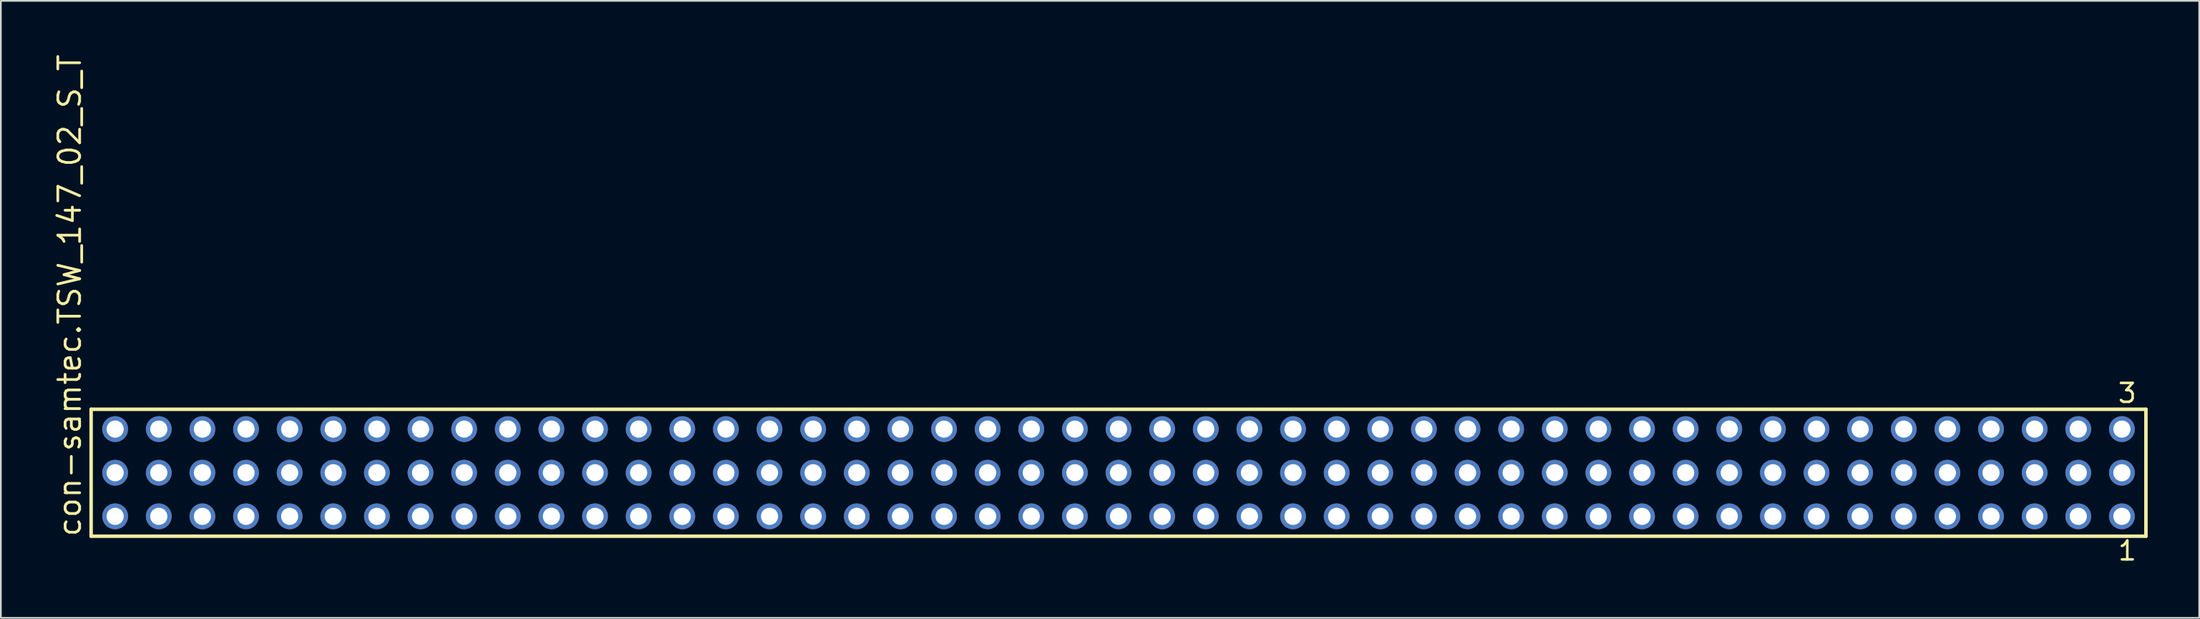
<source format=kicad_pcb>
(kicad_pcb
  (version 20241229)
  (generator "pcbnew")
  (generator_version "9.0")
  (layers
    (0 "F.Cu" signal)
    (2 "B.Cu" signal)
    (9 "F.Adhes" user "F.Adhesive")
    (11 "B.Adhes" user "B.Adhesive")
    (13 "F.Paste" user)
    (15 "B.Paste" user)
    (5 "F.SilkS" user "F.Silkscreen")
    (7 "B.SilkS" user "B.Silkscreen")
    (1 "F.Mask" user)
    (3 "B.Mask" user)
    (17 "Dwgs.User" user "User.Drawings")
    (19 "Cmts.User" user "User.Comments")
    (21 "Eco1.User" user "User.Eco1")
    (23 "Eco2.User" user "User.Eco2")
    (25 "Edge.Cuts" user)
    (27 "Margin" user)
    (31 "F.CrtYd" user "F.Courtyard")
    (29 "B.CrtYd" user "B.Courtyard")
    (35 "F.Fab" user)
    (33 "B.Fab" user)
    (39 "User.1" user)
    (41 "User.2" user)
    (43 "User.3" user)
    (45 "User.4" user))
  (footprint "con-samtec.TSW_147_02_S_T"
    (layer "F.Cu")
    (at 62.075 24.477)
    (property "Reference" "con-samtec.TSW_147_02_S_T" (at -60.325 3.81 90) (layer "F.SilkS") (effects (font (size 1.27 1.27) (thickness 0.16)) (justify left bottom)))
    (attr through_hole)
    (fp_line (start -59.819 -3.695) (end 59.819 -3.695) (stroke (width 0.203) (type default)) (layer "F.SilkS"))
    (fp_line (start -59.819 3.695) (end -59.819 -3.695) (stroke (width 0.203) (type default)) (layer "F.SilkS"))
    (fp_line (start 59.819 -3.695) (end 59.819 3.695) (stroke (width 0.203) (type default)) (layer "F.SilkS"))
    (fp_line (start 59.819 3.695) (end -59.819 3.695) (stroke (width 0.203) (type default)) (layer "F.SilkS"))
    (fp_rect (start -58.77 -2.19) (end -58.07 -2.89) (stroke (width 0.05) (type default)) (fill no) (layer "F.Fab"))
    (fp_rect (start -58.77 0.35) (end -58.07 -0.35) (stroke (width 0.05) (type default)) (fill no) (layer "F.Fab"))
    (fp_rect (start -58.77 2.89) (end -58.07 2.19) (stroke (width 0.05) (type default)) (fill no) (layer "F.Fab"))
    (fp_rect (start -56.23 -2.19) (end -55.53 -2.89) (stroke (width 0.05) (type default)) (fill no) (layer "F.Fab"))
    (fp_rect (start -56.23 0.35) (end -55.53 -0.35) (stroke (width 0.05) (type default)) (fill no) (layer "F.Fab"))
    (fp_rect (start -56.23 2.89) (end -55.53 2.19) (stroke (width 0.05) (type default)) (fill no) (layer "F.Fab"))
    (fp_rect (start -53.69 -2.19) (end -52.99 -2.89) (stroke (width 0.05) (type default)) (fill no) (layer "F.Fab"))
    (fp_rect (start -53.69 0.35) (end -52.99 -0.35) (stroke (width 0.05) (type default)) (fill no) (layer "F.Fab"))
    (fp_rect (start -53.69 2.89) (end -52.99 2.19) (stroke (width 0.05) (type default)) (fill no) (layer "F.Fab"))
    (fp_rect (start -51.15 -2.19) (end -50.45 -2.89) (stroke (width 0.05) (type default)) (fill no) (layer "F.Fab"))
    (fp_rect (start -51.15 0.35) (end -50.45 -0.35) (stroke (width 0.05) (type default)) (fill no) (layer "F.Fab"))
    (fp_rect (start -51.15 2.89) (end -50.45 2.19) (stroke (width 0.05) (type default)) (fill no) (layer "F.Fab"))
    (fp_rect (start -48.61 -2.19) (end -47.91 -2.89) (stroke (width 0.05) (type default)) (fill no) (layer "F.Fab"))
    (fp_rect (start -48.61 0.35) (end -47.91 -0.35) (stroke (width 0.05) (type default)) (fill no) (layer "F.Fab"))
    (fp_rect (start -48.61 2.89) (end -47.91 2.19) (stroke (width 0.05) (type default)) (fill no) (layer "F.Fab"))
    (fp_rect (start -46.07 -2.19) (end -45.37 -2.89) (stroke (width 0.05) (type default)) (fill no) (layer "F.Fab"))
    (fp_rect (start -46.07 0.35) (end -45.37 -0.35) (stroke (width 0.05) (type default)) (fill no) (layer "F.Fab"))
    (fp_rect (start -46.07 2.89) (end -45.37 2.19) (stroke (width 0.05) (type default)) (fill no) (layer "F.Fab"))
    (fp_rect (start -43.53 -2.19) (end -42.83 -2.89) (stroke (width 0.05) (type default)) (fill no) (layer "F.Fab"))
    (fp_rect (start -43.53 0.35) (end -42.83 -0.35) (stroke (width 0.05) (type default)) (fill no) (layer "F.Fab"))
    (fp_rect (start -43.53 2.89) (end -42.83 2.19) (stroke (width 0.05) (type default)) (fill no) (layer "F.Fab"))
    (fp_rect (start -40.99 -2.19) (end -40.29 -2.89) (stroke (width 0.05) (type default)) (fill no) (layer "F.Fab"))
    (fp_rect (start -40.99 0.35) (end -40.29 -0.35) (stroke (width 0.05) (type default)) (fill no) (layer "F.Fab"))
    (fp_rect (start -40.99 2.89) (end -40.29 2.19) (stroke (width 0.05) (type default)) (fill no) (layer "F.Fab"))
    (fp_rect (start -38.45 -2.19) (end -37.75 -2.89) (stroke (width 0.05) (type default)) (fill no) (layer "F.Fab"))
    (fp_rect (start -38.45 0.35) (end -37.75 -0.35) (stroke (width 0.05) (type default)) (fill no) (layer "F.Fab"))
    (fp_rect (start -38.45 2.89) (end -37.75 2.19) (stroke (width 0.05) (type default)) (fill no) (layer "F.Fab"))
    (fp_rect (start -35.91 -2.19) (end -35.21 -2.89) (stroke (width 0.05) (type default)) (fill no) (layer "F.Fab"))
    (fp_rect (start -35.91 0.35) (end -35.21 -0.35) (stroke (width 0.05) (type default)) (fill no) (layer "F.Fab"))
    (fp_rect (start -35.91 2.89) (end -35.21 2.19) (stroke (width 0.05) (type default)) (fill no) (layer "F.Fab"))
    (fp_rect (start -33.37 -2.19) (end -32.67 -2.89) (stroke (width 0.05) (type default)) (fill no) (layer "F.Fab"))
    (fp_rect (start -33.37 0.35) (end -32.67 -0.35) (stroke (width 0.05) (type default)) (fill no) (layer "F.Fab"))
    (fp_rect (start -33.37 2.89) (end -32.67 2.19) (stroke (width 0.05) (type default)) (fill no) (layer "F.Fab"))
    (fp_rect (start -30.83 -2.19) (end -30.13 -2.89) (stroke (width 0.05) (type default)) (fill no) (layer "F.Fab"))
    (fp_rect (start -30.83 0.35) (end -30.13 -0.35) (stroke (width 0.05) (type default)) (fill no) (layer "F.Fab"))
    (fp_rect (start -30.83 2.89) (end -30.13 2.19) (stroke (width 0.05) (type default)) (fill no) (layer "F.Fab"))
    (fp_rect (start -28.29 -2.19) (end -27.59 -2.89) (stroke (width 0.05) (type default)) (fill no) (layer "F.Fab"))
    (fp_rect (start -28.29 0.35) (end -27.59 -0.35) (stroke (width 0.05) (type default)) (fill no) (layer "F.Fab"))
    (fp_rect (start -28.29 2.89) (end -27.59 2.19) (stroke (width 0.05) (type default)) (fill no) (layer "F.Fab"))
    (fp_rect (start -25.75 -2.19) (end -25.05 -2.89) (stroke (width 0.05) (type default)) (fill no) (layer "F.Fab"))
    (fp_rect (start -25.75 0.35) (end -25.05 -0.35) (stroke (width 0.05) (type default)) (fill no) (layer "F.Fab"))
    (fp_rect (start -25.75 2.89) (end -25.05 2.19) (stroke (width 0.05) (type default)) (fill no) (layer "F.Fab"))
    (fp_rect (start -23.21 -2.19) (end -22.51 -2.89) (stroke (width 0.05) (type default)) (fill no) (layer "F.Fab"))
    (fp_rect (start -23.21 0.35) (end -22.51 -0.35) (stroke (width 0.05) (type default)) (fill no) (layer "F.Fab"))
    (fp_rect (start -23.21 2.89) (end -22.51 2.19) (stroke (width 0.05) (type default)) (fill no) (layer "F.Fab"))
    (fp_rect (start -20.67 -2.19) (end -19.97 -2.89) (stroke (width 0.05) (type default)) (fill no) (layer "F.Fab"))
    (fp_rect (start -20.67 0.35) (end -19.97 -0.35) (stroke (width 0.05) (type default)) (fill no) (layer "F.Fab"))
    (fp_rect (start -20.67 2.89) (end -19.97 2.19) (stroke (width 0.05) (type default)) (fill no) (layer "F.Fab"))
    (fp_rect (start -18.13 -2.19) (end -17.43 -2.89) (stroke (width 0.05) (type default)) (fill no) (layer "F.Fab"))
    (fp_rect (start -18.13 0.35) (end -17.43 -0.35) (stroke (width 0.05) (type default)) (fill no) (layer "F.Fab"))
    (fp_rect (start -18.13 2.89) (end -17.43 2.19) (stroke (width 0.05) (type default)) (fill no) (layer "F.Fab"))
    (fp_rect (start -15.59 -2.19) (end -14.89 -2.89) (stroke (width 0.05) (type default)) (fill no) (layer "F.Fab"))
    (fp_rect (start -15.59 0.35) (end -14.89 -0.35) (stroke (width 0.05) (type default)) (fill no) (layer "F.Fab"))
    (fp_rect (start -15.59 2.89) (end -14.89 2.19) (stroke (width 0.05) (type default)) (fill no) (layer "F.Fab"))
    (fp_rect (start -13.05 -2.19) (end -12.35 -2.89) (stroke (width 0.05) (type default)) (fill no) (layer "F.Fab"))
    (fp_rect (start -13.05 0.35) (end -12.35 -0.35) (stroke (width 0.05) (type default)) (fill no) (layer "F.Fab"))
    (fp_rect (start -13.05 2.89) (end -12.35 2.19) (stroke (width 0.05) (type default)) (fill no) (layer "F.Fab"))
    (fp_rect (start -10.51 -2.19) (end -9.81 -2.89) (stroke (width 0.05) (type default)) (fill no) (layer "F.Fab"))
    (fp_rect (start -10.51 0.35) (end -9.81 -0.35) (stroke (width 0.05) (type default)) (fill no) (layer "F.Fab"))
    (fp_rect (start -10.51 2.89) (end -9.81 2.19) (stroke (width 0.05) (type default)) (fill no) (layer "F.Fab"))
    (fp_rect (start -7.97 -2.19) (end -7.27 -2.89) (stroke (width 0.05) (type default)) (fill no) (layer "F.Fab"))
    (fp_rect (start -7.97 0.35) (end -7.27 -0.35) (stroke (width 0.05) (type default)) (fill no) (layer "F.Fab"))
    (fp_rect (start -7.97 2.89) (end -7.27 2.19) (stroke (width 0.05) (type default)) (fill no) (layer "F.Fab"))
    (fp_rect (start -5.43 -2.19) (end -4.73 -2.89) (stroke (width 0.05) (type default)) (fill no) (layer "F.Fab"))
    (fp_rect (start -5.43 0.35) (end -4.73 -0.35) (stroke (width 0.05) (type default)) (fill no) (layer "F.Fab"))
    (fp_rect (start -5.43 2.89) (end -4.73 2.19) (stroke (width 0.05) (type default)) (fill no) (layer "F.Fab"))
    (fp_rect (start -2.89 -2.19) (end -2.19 -2.89) (stroke (width 0.05) (type default)) (fill no) (layer "F.Fab"))
    (fp_rect (start -2.89 0.35) (end -2.19 -0.35) (stroke (width 0.05) (type default)) (fill no) (layer "F.Fab"))
    (fp_rect (start -2.89 2.89) (end -2.19 2.19) (stroke (width 0.05) (type default)) (fill no) (layer "F.Fab"))
    (fp_rect (start -0.35 -2.19) (end 0.35 -2.89) (stroke (width 0.05) (type default)) (fill no) (layer "F.Fab"))
    (fp_rect (start -0.35 0.35) (end 0.35 -0.35) (stroke (width 0.05) (type default)) (fill no) (layer "F.Fab"))
    (fp_rect (start -0.35 2.89) (end 0.35 2.19) (stroke (width 0.05) (type default)) (fill no) (layer "F.Fab"))
    (fp_rect (start 2.19 -2.19) (end 2.89 -2.89) (stroke (width 0.05) (type default)) (fill no) (layer "F.Fab"))
    (fp_rect (start 2.19 0.35) (end 2.89 -0.35) (stroke (width 0.05) (type default)) (fill no) (layer "F.Fab"))
    (fp_rect (start 2.19 2.89) (end 2.89 2.19) (stroke (width 0.05) (type default)) (fill no) (layer "F.Fab"))
    (fp_rect (start 4.73 -2.19) (end 5.43 -2.89) (stroke (width 0.05) (type default)) (fill no) (layer "F.Fab"))
    (fp_rect (start 4.73 0.35) (end 5.43 -0.35) (stroke (width 0.05) (type default)) (fill no) (layer "F.Fab"))
    (fp_rect (start 4.73 2.89) (end 5.43 2.19) (stroke (width 0.05) (type default)) (fill no) (layer "F.Fab"))
    (fp_rect (start 7.27 -2.19) (end 7.97 -2.89) (stroke (width 0.05) (type default)) (fill no) (layer "F.Fab"))
    (fp_rect (start 7.27 0.35) (end 7.97 -0.35) (stroke (width 0.05) (type default)) (fill no) (layer "F.Fab"))
    (fp_rect (start 7.27 2.89) (end 7.97 2.19) (stroke (width 0.05) (type default)) (fill no) (layer "F.Fab"))
    (fp_rect (start 9.81 -2.19) (end 10.51 -2.89) (stroke (width 0.05) (type default)) (fill no) (layer "F.Fab"))
    (fp_rect (start 9.81 0.35) (end 10.51 -0.35) (stroke (width 0.05) (type default)) (fill no) (layer "F.Fab"))
    (fp_rect (start 9.81 2.89) (end 10.51 2.19) (stroke (width 0.05) (type default)) (fill no) (layer "F.Fab"))
    (fp_rect (start 12.35 -2.19) (end 13.05 -2.89) (stroke (width 0.05) (type default)) (fill no) (layer "F.Fab"))
    (fp_rect (start 12.35 0.35) (end 13.05 -0.35) (stroke (width 0.05) (type default)) (fill no) (layer "F.Fab"))
    (fp_rect (start 12.35 2.89) (end 13.05 2.19) (stroke (width 0.05) (type default)) (fill no) (layer "F.Fab"))
    (fp_rect (start 14.89 -2.19) (end 15.59 -2.89) (stroke (width 0.05) (type default)) (fill no) (layer "F.Fab"))
    (fp_rect (start 14.89 0.35) (end 15.59 -0.35) (stroke (width 0.05) (type default)) (fill no) (layer "F.Fab"))
    (fp_rect (start 14.89 2.89) (end 15.59 2.19) (stroke (width 0.05) (type default)) (fill no) (layer "F.Fab"))
    (fp_rect (start 17.43 -2.19) (end 18.13 -2.89) (stroke (width 0.05) (type default)) (fill no) (layer "F.Fab"))
    (fp_rect (start 17.43 0.35) (end 18.13 -0.35) (stroke (width 0.05) (type default)) (fill no) (layer "F.Fab"))
    (fp_rect (start 17.43 2.89) (end 18.13 2.19) (stroke (width 0.05) (type default)) (fill no) (layer "F.Fab"))
    (fp_rect (start 19.97 -2.19) (end 20.67 -2.89) (stroke (width 0.05) (type default)) (fill no) (layer "F.Fab"))
    (fp_rect (start 19.97 0.35) (end 20.67 -0.35) (stroke (width 0.05) (type default)) (fill no) (layer "F.Fab"))
    (fp_rect (start 19.97 2.89) (end 20.67 2.19) (stroke (width 0.05) (type default)) (fill no) (layer "F.Fab"))
    (fp_rect (start 22.51 -2.19) (end 23.21 -2.89) (stroke (width 0.05) (type default)) (fill no) (layer "F.Fab"))
    (fp_rect (start 22.51 0.35) (end 23.21 -0.35) (stroke (width 0.05) (type default)) (fill no) (layer "F.Fab"))
    (fp_rect (start 22.51 2.89) (end 23.21 2.19) (stroke (width 0.05) (type default)) (fill no) (layer "F.Fab"))
    (fp_rect (start 25.05 -2.19) (end 25.75 -2.89) (stroke (width 0.05) (type default)) (fill no) (layer "F.Fab"))
    (fp_rect (start 25.05 0.35) (end 25.75 -0.35) (stroke (width 0.05) (type default)) (fill no) (layer "F.Fab"))
    (fp_rect (start 25.05 2.89) (end 25.75 2.19) (stroke (width 0.05) (type default)) (fill no) (layer "F.Fab"))
    (fp_rect (start 27.59 -2.19) (end 28.29 -2.89) (stroke (width 0.05) (type default)) (fill no) (layer "F.Fab"))
    (fp_rect (start 27.59 0.35) (end 28.29 -0.35) (stroke (width 0.05) (type default)) (fill no) (layer "F.Fab"))
    (fp_rect (start 27.59 2.89) (end 28.29 2.19) (stroke (width 0.05) (type default)) (fill no) (layer "F.Fab"))
    (fp_rect (start 30.13 -2.19) (end 30.83 -2.89) (stroke (width 0.05) (type default)) (fill no) (layer "F.Fab"))
    (fp_rect (start 30.13 0.35) (end 30.83 -0.35) (stroke (width 0.05) (type default)) (fill no) (layer "F.Fab"))
    (fp_rect (start 30.13 2.89) (end 30.83 2.19) (stroke (width 0.05) (type default)) (fill no) (layer "F.Fab"))
    (fp_rect (start 32.67 -2.19) (end 33.37 -2.89) (stroke (width 0.05) (type default)) (fill no) (layer "F.Fab"))
    (fp_rect (start 32.67 0.35) (end 33.37 -0.35) (stroke (width 0.05) (type default)) (fill no) (layer "F.Fab"))
    (fp_rect (start 32.67 2.89) (end 33.37 2.19) (stroke (width 0.05) (type default)) (fill no) (layer "F.Fab"))
    (fp_rect (start 35.21 -2.19) (end 35.91 -2.89) (stroke (width 0.05) (type default)) (fill no) (layer "F.Fab"))
    (fp_rect (start 35.21 0.35) (end 35.91 -0.35) (stroke (width 0.05) (type default)) (fill no) (layer "F.Fab"))
    (fp_rect (start 35.21 2.89) (end 35.91 2.19) (stroke (width 0.05) (type default)) (fill no) (layer "F.Fab"))
    (fp_rect (start 37.75 -2.19) (end 38.45 -2.89) (stroke (width 0.05) (type default)) (fill no) (layer "F.Fab"))
    (fp_rect (start 37.75 0.35) (end 38.45 -0.35) (stroke (width 0.05) (type default)) (fill no) (layer "F.Fab"))
    (fp_rect (start 37.75 2.89) (end 38.45 2.19) (stroke (width 0.05) (type default)) (fill no) (layer "F.Fab"))
    (fp_rect (start 40.29 -2.19) (end 40.99 -2.89) (stroke (width 0.05) (type default)) (fill no) (layer "F.Fab"))
    (fp_rect (start 40.29 0.35) (end 40.99 -0.35) (stroke (width 0.05) (type default)) (fill no) (layer "F.Fab"))
    (fp_rect (start 40.29 2.89) (end 40.99 2.19) (stroke (width 0.05) (type default)) (fill no) (layer "F.Fab"))
    (fp_rect (start 42.83 -2.19) (end 43.53 -2.89) (stroke (width 0.05) (type default)) (fill no) (layer "F.Fab"))
    (fp_rect (start 42.83 0.35) (end 43.53 -0.35) (stroke (width 0.05) (type default)) (fill no) (layer "F.Fab"))
    (fp_rect (start 42.83 2.89) (end 43.53 2.19) (stroke (width 0.05) (type default)) (fill no) (layer "F.Fab"))
    (fp_rect (start 45.37 -2.19) (end 46.07 -2.89) (stroke (width 0.05) (type default)) (fill no) (layer "F.Fab"))
    (fp_rect (start 45.37 0.35) (end 46.07 -0.35) (stroke (width 0.05) (type default)) (fill no) (layer "F.Fab"))
    (fp_rect (start 45.37 2.89) (end 46.07 2.19) (stroke (width 0.05) (type default)) (fill no) (layer "F.Fab"))
    (fp_rect (start 47.91 -2.19) (end 48.61 -2.89) (stroke (width 0.05) (type default)) (fill no) (layer "F.Fab"))
    (fp_rect (start 47.91 0.35) (end 48.61 -0.35) (stroke (width 0.05) (type default)) (fill no) (layer "F.Fab"))
    (fp_rect (start 47.91 2.89) (end 48.61 2.19) (stroke (width 0.05) (type default)) (fill no) (layer "F.Fab"))
    (fp_rect (start 50.45 -2.19) (end 51.15 -2.89) (stroke (width 0.05) (type default)) (fill no) (layer "F.Fab"))
    (fp_rect (start 50.45 0.35) (end 51.15 -0.35) (stroke (width 0.05) (type default)) (fill no) (layer "F.Fab"))
    (fp_rect (start 50.45 2.89) (end 51.15 2.19) (stroke (width 0.05) (type default)) (fill no) (layer "F.Fab"))
    (fp_rect (start 52.99 -2.19) (end 53.69 -2.89) (stroke (width 0.05) (type default)) (fill no) (layer "F.Fab"))
    (fp_rect (start 52.99 0.35) (end 53.69 -0.35) (stroke (width 0.05) (type default)) (fill no) (layer "F.Fab"))
    (fp_rect (start 52.99 2.89) (end 53.69 2.19) (stroke (width 0.05) (type default)) (fill no) (layer "F.Fab"))
    (fp_rect (start 55.53 -2.19) (end 56.23 -2.89) (stroke (width 0.05) (type default)) (fill no) (layer "F.Fab"))
    (fp_rect (start 55.53 0.35) (end 56.23 -0.35) (stroke (width 0.05) (type default)) (fill no) (layer "F.Fab"))
    (fp_rect (start 55.53 2.89) (end 56.23 2.19) (stroke (width 0.05) (type default)) (fill no) (layer "F.Fab"))
    (fp_rect (start 58.07 -2.19) (end 58.77 -2.89) (stroke (width 0.05) (type default)) (fill no) (layer "F.Fab"))
    (fp_rect (start 58.07 0.35) (end 58.77 -0.35) (stroke (width 0.05) (type default)) (fill no) (layer "F.Fab"))
    (fp_rect (start 58.07 2.89) (end 58.77 2.19) (stroke (width 0.05) (type default)) (fill no) (layer "F.Fab"))
    (fp_text user "1" (at 58.112 5.188 0) (layer "F.SilkS") (effects (font (size 1.1 1.1) (thickness 0.15)) (justify left bottom)))
    (fp_text user "3" (at 58.108 -3.989 0) (layer "F.SilkS") (effects (font (size 1.1 1.1) (thickness 0.15)) (justify left bottom)))
    (pad "1" thru_hole circle (at 58.42 2.54 180) (size 1.5 1.5) (drill 1) (layers "*.Cu" "*.Mask"))
    (pad "2" thru_hole circle (at 58.42 0 180) (size 1.5 1.5) (drill 1) (layers "*.Cu" "*.Mask"))
    (pad "3" thru_hole circle (at 58.42 -2.54 180) (size 1.5 1.5) (drill 1) (layers "*.Cu" "*.Mask"))
    (pad "4" thru_hole circle (at 55.88 2.54 180) (size 1.5 1.5) (drill 1) (layers "*.Cu" "*.Mask"))
    (pad "5" thru_hole circle (at 55.88 0 180) (size 1.5 1.5) (drill 1) (layers "*.Cu" "*.Mask"))
    (pad "6" thru_hole circle (at 55.88 -2.54 180) (size 1.5 1.5) (drill 1) (layers "*.Cu" "*.Mask"))
    (pad "7" thru_hole circle (at 53.34 2.54 180) (size 1.5 1.5) (drill 1) (layers "*.Cu" "*.Mask"))
    (pad "8" thru_hole circle (at 53.34 0 180) (size 1.5 1.5) (drill 1) (layers "*.Cu" "*.Mask"))
    (pad "9" thru_hole circle (at 53.34 -2.54 180) (size 1.5 1.5) (drill 1) (layers "*.Cu" "*.Mask"))
    (pad "10" thru_hole circle (at 50.8 2.54 180) (size 1.5 1.5) (drill 1) (layers "*.Cu" "*.Mask"))
    (pad "11" thru_hole circle (at 50.8 0 180) (size 1.5 1.5) (drill 1) (layers "*.Cu" "*.Mask"))
    (pad "12" thru_hole circle (at 50.8 -2.54 180) (size 1.5 1.5) (drill 1) (layers "*.Cu" "*.Mask"))
    (pad "13" thru_hole circle (at 48.26 2.54 180) (size 1.5 1.5) (drill 1) (layers "*.Cu" "*.Mask"))
    (pad "14" thru_hole circle (at 48.26 0 180) (size 1.5 1.5) (drill 1) (layers "*.Cu" "*.Mask"))
    (pad "15" thru_hole circle (at 48.26 -2.54 180) (size 1.5 1.5) (drill 1) (layers "*.Cu" "*.Mask"))
    (pad "16" thru_hole circle (at 45.72 2.54 180) (size 1.5 1.5) (drill 1) (layers "*.Cu" "*.Mask"))
    (pad "17" thru_hole circle (at 45.72 0 180) (size 1.5 1.5) (drill 1) (layers "*.Cu" "*.Mask"))
    (pad "18" thru_hole circle (at 45.72 -2.54 180) (size 1.5 1.5) (drill 1) (layers "*.Cu" "*.Mask"))
    (pad "19" thru_hole circle (at 43.18 2.54 180) (size 1.5 1.5) (drill 1) (layers "*.Cu" "*.Mask"))
    (pad "20" thru_hole circle (at 43.18 0 180) (size 1.5 1.5) (drill 1) (layers "*.Cu" "*.Mask"))
    (pad "21" thru_hole circle (at 43.18 -2.54 180) (size 1.5 1.5) (drill 1) (layers "*.Cu" "*.Mask"))
    (pad "22" thru_hole circle (at 40.64 2.54 180) (size 1.5 1.5) (drill 1) (layers "*.Cu" "*.Mask"))
    (pad "23" thru_hole circle (at 40.64 0 180) (size 1.5 1.5) (drill 1) (layers "*.Cu" "*.Mask"))
    (pad "24" thru_hole circle (at 40.64 -2.54 180) (size 1.5 1.5) (drill 1) (layers "*.Cu" "*.Mask"))
    (pad "25" thru_hole circle (at 38.1 2.54 180) (size 1.5 1.5) (drill 1) (layers "*.Cu" "*.Mask"))
    (pad "26" thru_hole circle (at 38.1 0 180) (size 1.5 1.5) (drill 1) (layers "*.Cu" "*.Mask"))
    (pad "27" thru_hole circle (at 38.1 -2.54 180) (size 1.5 1.5) (drill 1) (layers "*.Cu" "*.Mask"))
    (pad "28" thru_hole circle (at 35.56 2.54 180) (size 1.5 1.5) (drill 1) (layers "*.Cu" "*.Mask"))
    (pad "29" thru_hole circle (at 35.56 0 180) (size 1.5 1.5) (drill 1) (layers "*.Cu" "*.Mask"))
    (pad "30" thru_hole circle (at 35.56 -2.54 180) (size 1.5 1.5) (drill 1) (layers "*.Cu" "*.Mask"))
    (pad "31" thru_hole circle (at 33.02 2.54 180) (size 1.5 1.5) (drill 1) (layers "*.Cu" "*.Mask"))
    (pad "32" thru_hole circle (at 33.02 0 180) (size 1.5 1.5) (drill 1) (layers "*.Cu" "*.Mask"))
    (pad "33" thru_hole circle (at 33.02 -2.54 180) (size 1.5 1.5) (drill 1) (layers "*.Cu" "*.Mask"))
    (pad "34" thru_hole circle (at 30.48 2.54 180) (size 1.5 1.5) (drill 1) (layers "*.Cu" "*.Mask"))
    (pad "35" thru_hole circle (at 30.48 0 180) (size 1.5 1.5) (drill 1) (layers "*.Cu" "*.Mask"))
    (pad "36" thru_hole circle (at 30.48 -2.54 180) (size 1.5 1.5) (drill 1) (layers "*.Cu" "*.Mask"))
    (pad "37" thru_hole circle (at 27.94 2.54 180) (size 1.5 1.5) (drill 1) (layers "*.Cu" "*.Mask"))
    (pad "38" thru_hole circle (at 27.94 0 180) (size 1.5 1.5) (drill 1) (layers "*.Cu" "*.Mask"))
    (pad "39" thru_hole circle (at 27.94 -2.54 180) (size 1.5 1.5) (drill 1) (layers "*.Cu" "*.Mask"))
    (pad "40" thru_hole circle (at 25.4 2.54 180) (size 1.5 1.5) (drill 1) (layers "*.Cu" "*.Mask"))
    (pad "41" thru_hole circle (at 25.4 0 180) (size 1.5 1.5) (drill 1) (layers "*.Cu" "*.Mask"))
    (pad "42" thru_hole circle (at 25.4 -2.54 180) (size 1.5 1.5) (drill 1) (layers "*.Cu" "*.Mask"))
    (pad "43" thru_hole circle (at 22.86 2.54 180) (size 1.5 1.5) (drill 1) (layers "*.Cu" "*.Mask"))
    (pad "44" thru_hole circle (at 22.86 0 180) (size 1.5 1.5) (drill 1) (layers "*.Cu" "*.Mask"))
    (pad "45" thru_hole circle (at 22.86 -2.54 180) (size 1.5 1.5) (drill 1) (layers "*.Cu" "*.Mask"))
    (pad "46" thru_hole circle (at 20.32 2.54 180) (size 1.5 1.5) (drill 1) (layers "*.Cu" "*.Mask"))
    (pad "47" thru_hole circle (at 20.32 0 180) (size 1.5 1.5) (drill 1) (layers "*.Cu" "*.Mask"))
    (pad "48" thru_hole circle (at 20.32 -2.54 180) (size 1.5 1.5) (drill 1) (layers "*.Cu" "*.Mask"))
    (pad "49" thru_hole circle (at 17.78 2.54 180) (size 1.5 1.5) (drill 1) (layers "*.Cu" "*.Mask"))
    (pad "50" thru_hole circle (at 17.78 0 180) (size 1.5 1.5) (drill 1) (layers "*.Cu" "*.Mask"))
    (pad "51" thru_hole circle (at 17.78 -2.54 180) (size 1.5 1.5) (drill 1) (layers "*.Cu" "*.Mask"))
    (pad "52" thru_hole circle (at 15.24 2.54 180) (size 1.5 1.5) (drill 1) (layers "*.Cu" "*.Mask"))
    (pad "53" thru_hole circle (at 15.24 0 180) (size 1.5 1.5) (drill 1) (layers "*.Cu" "*.Mask"))
    (pad "54" thru_hole circle (at 15.24 -2.54 180) (size 1.5 1.5) (drill 1) (layers "*.Cu" "*.Mask"))
    (pad "55" thru_hole circle (at 12.7 2.54 180) (size 1.5 1.5) (drill 1) (layers "*.Cu" "*.Mask"))
    (pad "56" thru_hole circle (at 12.7 0 180) (size 1.5 1.5) (drill 1) (layers "*.Cu" "*.Mask"))
    (pad "57" thru_hole circle (at 12.7 -2.54 180) (size 1.5 1.5) (drill 1) (layers "*.Cu" "*.Mask"))
    (pad "58" thru_hole circle (at 10.16 2.54 180) (size 1.5 1.5) (drill 1) (layers "*.Cu" "*.Mask"))
    (pad "59" thru_hole circle (at 10.16 0 180) (size 1.5 1.5) (drill 1) (layers "*.Cu" "*.Mask"))
    (pad "60" thru_hole circle (at 10.16 -2.54 180) (size 1.5 1.5) (drill 1) (layers "*.Cu" "*.Mask"))
    (pad "61" thru_hole circle (at 7.62 2.54 180) (size 1.5 1.5) (drill 1) (layers "*.Cu" "*.Mask"))
    (pad "62" thru_hole circle (at 7.62 0 180) (size 1.5 1.5) (drill 1) (layers "*.Cu" "*.Mask"))
    (pad "63" thru_hole circle (at 7.62 -2.54 180) (size 1.5 1.5) (drill 1) (layers "*.Cu" "*.Mask"))
    (pad "64" thru_hole circle (at 5.08 2.54 180) (size 1.5 1.5) (drill 1) (layers "*.Cu" "*.Mask"))
    (pad "65" thru_hole circle (at 5.08 0 180) (size 1.5 1.5) (drill 1) (layers "*.Cu" "*.Mask"))
    (pad "66" thru_hole circle (at 5.08 -2.54 180) (size 1.5 1.5) (drill 1) (layers "*.Cu" "*.Mask"))
    (pad "67" thru_hole circle (at 2.54 2.54 180) (size 1.5 1.5) (drill 1) (layers "*.Cu" "*.Mask"))
    (pad "68" thru_hole circle (at 2.54 0 180) (size 1.5 1.5) (drill 1) (layers "*.Cu" "*.Mask"))
    (pad "69" thru_hole circle (at 2.54 -2.54 180) (size 1.5 1.5) (drill 1) (layers "*.Cu" "*.Mask"))
    (pad "70" thru_hole circle (at 0 2.54 180) (size 1.5 1.5) (drill 1) (layers "*.Cu" "*.Mask"))
    (pad "71" thru_hole circle (at 0 0 180) (size 1.5 1.5) (drill 1) (layers "*.Cu" "*.Mask"))
    (pad "72" thru_hole circle (at 0 -2.54 180) (size 1.5 1.5) (drill 1) (layers "*.Cu" "*.Mask"))
    (pad "73" thru_hole circle (at -2.54 2.54 180) (size 1.5 1.5) (drill 1) (layers "*.Cu" "*.Mask"))
    (pad "74" thru_hole circle (at -2.54 0 180) (size 1.5 1.5) (drill 1) (layers "*.Cu" "*.Mask"))
    (pad "75" thru_hole circle (at -2.54 -2.54 180) (size 1.5 1.5) (drill 1) (layers "*.Cu" "*.Mask"))
    (pad "76" thru_hole circle (at -5.08 2.54 180) (size 1.5 1.5) (drill 1) (layers "*.Cu" "*.Mask"))
    (pad "77" thru_hole circle (at -5.08 0 180) (size 1.5 1.5) (drill 1) (layers "*.Cu" "*.Mask"))
    (pad "78" thru_hole circle (at -5.08 -2.54 180) (size 1.5 1.5) (drill 1) (layers "*.Cu" "*.Mask"))
    (pad "79" thru_hole circle (at -7.62 2.54 180) (size 1.5 1.5) (drill 1) (layers "*.Cu" "*.Mask"))
    (pad "80" thru_hole circle (at -7.62 0 180) (size 1.5 1.5) (drill 1) (layers "*.Cu" "*.Mask"))
    (pad "81" thru_hole circle (at -7.62 -2.54 180) (size 1.5 1.5) (drill 1) (layers "*.Cu" "*.Mask"))
    (pad "82" thru_hole circle (at -10.16 2.54 180) (size 1.5 1.5) (drill 1) (layers "*.Cu" "*.Mask"))
    (pad "83" thru_hole circle (at -10.16 0 180) (size 1.5 1.5) (drill 1) (layers "*.Cu" "*.Mask"))
    (pad "84" thru_hole circle (at -10.16 -2.54 180) (size 1.5 1.5) (drill 1) (layers "*.Cu" "*.Mask"))
    (pad "85" thru_hole circle (at -12.7 2.54 180) (size 1.5 1.5) (drill 1) (layers "*.Cu" "*.Mask"))
    (pad "86" thru_hole circle (at -12.7 0 180) (size 1.5 1.5) (drill 1) (layers "*.Cu" "*.Mask"))
    (pad "87" thru_hole circle (at -12.7 -2.54 180) (size 1.5 1.5) (drill 1) (layers "*.Cu" "*.Mask"))
    (pad "88" thru_hole circle (at -15.24 2.54 180) (size 1.5 1.5) (drill 1) (layers "*.Cu" "*.Mask"))
    (pad "89" thru_hole circle (at -15.24 0 180) (size 1.5 1.5) (drill 1) (layers "*.Cu" "*.Mask"))
    (pad "90" thru_hole circle (at -15.24 -2.54 180) (size 1.5 1.5) (drill 1) (layers "*.Cu" "*.Mask"))
    (pad "91" thru_hole circle (at -17.78 2.54 180) (size 1.5 1.5) (drill 1) (layers "*.Cu" "*.Mask"))
    (pad "92" thru_hole circle (at -17.78 0 180) (size 1.5 1.5) (drill 1) (layers "*.Cu" "*.Mask"))
    (pad "93" thru_hole circle (at -17.78 -2.54 180) (size 1.5 1.5) (drill 1) (layers "*.Cu" "*.Mask"))
    (pad "94" thru_hole circle (at -20.32 2.54 180) (size 1.5 1.5) (drill 1) (layers "*.Cu" "*.Mask"))
    (pad "95" thru_hole circle (at -20.32 0 180) (size 1.5 1.5) (drill 1) (layers "*.Cu" "*.Mask"))
    (pad "96" thru_hole circle (at -20.32 -2.54 180) (size 1.5 1.5) (drill 1) (layers "*.Cu" "*.Mask"))
    (pad "97" thru_hole circle (at -22.86 2.54 180) (size 1.5 1.5) (drill 1) (layers "*.Cu" "*.Mask"))
    (pad "98" thru_hole circle (at -22.86 0 180) (size 1.5 1.5) (drill 1) (layers "*.Cu" "*.Mask"))
    (pad "99" thru_hole circle (at -22.86 -2.54 180) (size 1.5 1.5) (drill 1) (layers "*.Cu" "*.Mask"))
    (pad "100" thru_hole circle (at -25.4 2.54 180) (size 1.5 1.5) (drill 1) (layers "*.Cu" "*.Mask"))
    (pad "101" thru_hole circle (at -25.4 0 180) (size 1.5 1.5) (drill 1) (layers "*.Cu" "*.Mask"))
    (pad "102" thru_hole circle (at -25.4 -2.54 180) (size 1.5 1.5) (drill 1) (layers "*.Cu" "*.Mask"))
    (pad "103" thru_hole circle (at -27.94 2.54 180) (size 1.5 1.5) (drill 1) (layers "*.Cu" "*.Mask"))
    (pad "104" thru_hole circle (at -27.94 0 180) (size 1.5 1.5) (drill 1) (layers "*.Cu" "*.Mask"))
    (pad "105" thru_hole circle (at -27.94 -2.54 180) (size 1.5 1.5) (drill 1) (layers "*.Cu" "*.Mask"))
    (pad "106" thru_hole circle (at -30.48 2.54 180) (size 1.5 1.5) (drill 1) (layers "*.Cu" "*.Mask"))
    (pad "107" thru_hole circle (at -30.48 0 180) (size 1.5 1.5) (drill 1) (layers "*.Cu" "*.Mask"))
    (pad "108" thru_hole circle (at -30.48 -2.54 180) (size 1.5 1.5) (drill 1) (layers "*.Cu" "*.Mask"))
    (pad "109" thru_hole circle (at -33.02 2.54 180) (size 1.5 1.5) (drill 1) (layers "*.Cu" "*.Mask"))
    (pad "110" thru_hole circle (at -33.02 0 180) (size 1.5 1.5) (drill 1) (layers "*.Cu" "*.Mask"))
    (pad "111" thru_hole circle (at -33.02 -2.54 180) (size 1.5 1.5) (drill 1) (layers "*.Cu" "*.Mask"))
    (pad "112" thru_hole circle (at -35.56 2.54 180) (size 1.5 1.5) (drill 1) (layers "*.Cu" "*.Mask"))
    (pad "113" thru_hole circle (at -35.56 0 180) (size 1.5 1.5) (drill 1) (layers "*.Cu" "*.Mask"))
    (pad "114" thru_hole circle (at -35.56 -2.54 180) (size 1.5 1.5) (drill 1) (layers "*.Cu" "*.Mask"))
    (pad "115" thru_hole circle (at -38.1 2.54 180) (size 1.5 1.5) (drill 1) (layers "*.Cu" "*.Mask"))
    (pad "116" thru_hole circle (at -38.1 0 180) (size 1.5 1.5) (drill 1) (layers "*.Cu" "*.Mask"))
    (pad "117" thru_hole circle (at -38.1 -2.54 180) (size 1.5 1.5) (drill 1) (layers "*.Cu" "*.Mask"))
    (pad "118" thru_hole circle (at -40.64 2.54 180) (size 1.5 1.5) (drill 1) (layers "*.Cu" "*.Mask"))
    (pad "119" thru_hole circle (at -40.64 0 180) (size 1.5 1.5) (drill 1) (layers "*.Cu" "*.Mask"))
    (pad "120" thru_hole circle (at -40.64 -2.54 180) (size 1.5 1.5) (drill 1) (layers "*.Cu" "*.Mask"))
    (pad "121" thru_hole circle (at -43.18 2.54 180) (size 1.5 1.5) (drill 1) (layers "*.Cu" "*.Mask"))
    (pad "122" thru_hole circle (at -43.18 0 180) (size 1.5 1.5) (drill 1) (layers "*.Cu" "*.Mask"))
    (pad "123" thru_hole circle (at -43.18 -2.54 180) (size 1.5 1.5) (drill 1) (layers "*.Cu" "*.Mask"))
    (pad "124" thru_hole circle (at -45.72 2.54 180) (size 1.5 1.5) (drill 1) (layers "*.Cu" "*.Mask"))
    (pad "125" thru_hole circle (at -45.72 0 180) (size 1.5 1.5) (drill 1) (layers "*.Cu" "*.Mask"))
    (pad "126" thru_hole circle (at -45.72 -2.54 180) (size 1.5 1.5) (drill 1) (layers "*.Cu" "*.Mask"))
    (pad "127" thru_hole circle (at -48.26 2.54 180) (size 1.5 1.5) (drill 1) (layers "*.Cu" "*.Mask"))
    (pad "128" thru_hole circle (at -48.26 0 180) (size 1.5 1.5) (drill 1) (layers "*.Cu" "*.Mask"))
    (pad "129" thru_hole circle (at -48.26 -2.54 180) (size 1.5 1.5) (drill 1) (layers "*.Cu" "*.Mask"))
    (pad "130" thru_hole circle (at -50.8 2.54 180) (size 1.5 1.5) (drill 1) (layers "*.Cu" "*.Mask"))
    (pad "131" thru_hole circle (at -50.8 0 180) (size 1.5 1.5) (drill 1) (layers "*.Cu" "*.Mask"))
    (pad "132" thru_hole circle (at -50.8 -2.54 180) (size 1.5 1.5) (drill 1) (layers "*.Cu" "*.Mask"))
    (pad "133" thru_hole circle (at -53.34 2.54 180) (size 1.5 1.5) (drill 1) (layers "*.Cu" "*.Mask"))
    (pad "134" thru_hole circle (at -53.34 0 180) (size 1.5 1.5) (drill 1) (layers "*.Cu" "*.Mask"))
    (pad "135" thru_hole circle (at -53.34 -2.54 180) (size 1.5 1.5) (drill 1) (layers "*.Cu" "*.Mask"))
    (pad "136" thru_hole circle (at -55.88 2.54 180) (size 1.5 1.5) (drill 1) (layers "*.Cu" "*.Mask"))
    (pad "137" thru_hole circle (at -55.88 0 180) (size 1.5 1.5) (drill 1) (layers "*.Cu" "*.Mask"))
    (pad "138" thru_hole circle (at -55.88 -2.54 180) (size 1.5 1.5) (drill 1) (layers "*.Cu" "*.Mask"))
    (pad "139" thru_hole circle (at -58.42 2.54 180) (size 1.5 1.5) (drill 1) (layers "*.Cu" "*.Mask"))
    (pad "140" thru_hole circle (at -58.42 0 180) (size 1.5 1.5) (drill 1) (layers "*.Cu" "*.Mask"))
    (pad "141" thru_hole circle (at -58.42 -2.54 180) (size 1.5 1.5) (drill 1) (layers "*.Cu" "*.Mask")))
  (gr_rect
    (start -3 -3)
    (end 124.996 32.928)
    (stroke (width 0.1) (type default))
    (fill no)
    (layer "Edge.Cuts")))
</source>
